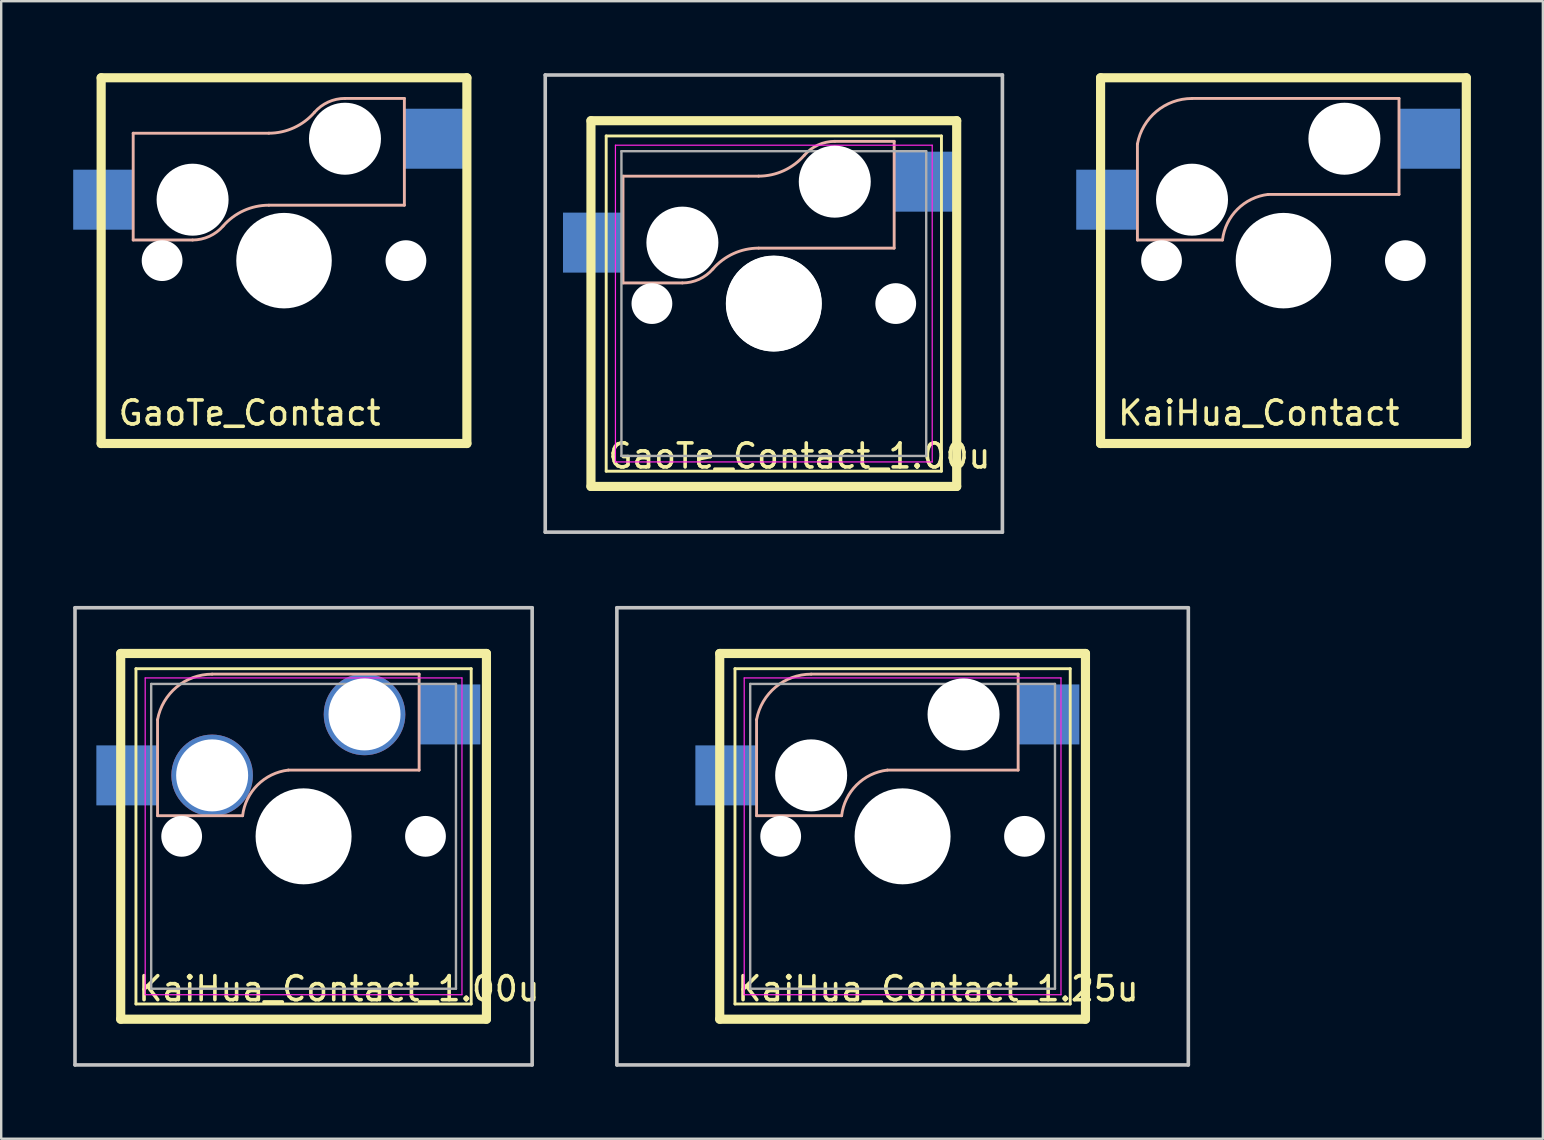
<source format=kicad_pcb>
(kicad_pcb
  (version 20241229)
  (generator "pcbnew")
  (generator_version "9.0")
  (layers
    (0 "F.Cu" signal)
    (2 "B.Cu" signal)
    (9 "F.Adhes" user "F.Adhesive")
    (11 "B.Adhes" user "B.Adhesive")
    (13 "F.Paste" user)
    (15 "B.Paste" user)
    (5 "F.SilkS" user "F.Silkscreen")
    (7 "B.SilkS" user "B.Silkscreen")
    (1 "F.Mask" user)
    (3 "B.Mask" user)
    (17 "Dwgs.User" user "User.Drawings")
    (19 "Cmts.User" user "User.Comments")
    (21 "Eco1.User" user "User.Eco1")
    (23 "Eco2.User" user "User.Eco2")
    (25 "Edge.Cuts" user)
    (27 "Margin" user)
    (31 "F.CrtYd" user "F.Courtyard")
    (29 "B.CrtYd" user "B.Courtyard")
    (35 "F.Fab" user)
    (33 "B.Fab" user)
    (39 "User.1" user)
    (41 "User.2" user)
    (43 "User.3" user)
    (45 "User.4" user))
  (footprint "KaiHua_Contact_1.00u"
    (layer "F.Cu")
    (at 9.6 31.8)
    (property "Reference" "KaiHua_Contact_1.00u" (at -6.985 6.35 0) (unlocked yes) (layer "F.SilkS") (effects (font (size 1 1) (thickness 0.15)) (justify left)))
    (attr smd)
    (fp_line (start -7.62 -7.62) (end -7.62 7.62) (stroke (width 0.381) (type solid)) (layer "F.SilkS"))
    (fp_line (start -7.62 7.62) (end 7.62 7.62) (stroke (width 0.381) (type solid)) (layer "F.SilkS"))
    (fp_line (start -6.985 -6.985) (end 6.985 -6.985) (stroke (width 0.12) (type solid)) (layer "F.SilkS"))
    (fp_line (start -6.985 6.985) (end -6.985 -6.985) (stroke (width 0.12) (type solid)) (layer "F.SilkS"))
    (fp_line (start 6.985 -6.985) (end 6.985 6.985) (stroke (width 0.12) (type solid)) (layer "F.SilkS"))
    (fp_line (start 6.985 6.985) (end -6.985 6.985) (stroke (width 0.12) (type solid)) (layer "F.SilkS"))
    (fp_line (start 7.62 -7.62) (end -7.62 -7.62) (stroke (width 0.381) (type solid)) (layer "F.SilkS"))
    (fp_line (start 7.62 7.62) (end 7.62 -7.62) (stroke (width 0.381) (type solid)) (layer "F.SilkS"))
    (fp_line (start -6.085 -0.86) (end -6.085 -4.86) (stroke (width 0.12) (type solid)) (layer "B.SilkS"))
    (fp_line (start -6.085 -0.86) (end -2.54 -0.86) (stroke (width 0.12) (type solid)) (layer "B.SilkS"))
    (fp_line (start 4.815 -6.76) (end -3.81 -6.76) (stroke (width 0.12) (type solid)) (layer "B.SilkS"))
    (fp_line (start 4.815 -6.76) (end 4.815 -2.76) (stroke (width 0.12) (type solid)) (layer "B.SilkS"))
    (fp_line (start 4.815 -2.76) (end -0.635 -2.76) (stroke (width 0.12) (type solid)) (layer "B.SilkS"))
    (fp_arc (start -6.084999 -4.86) (mid -5.29124 -6.220888) (end -3.81 -6.757541) (stroke (width 0.12) (type solid)) (layer "B.SilkS"))
    (fp_arc (start -2.54 -0.86) (mid -1.917761 -2.14113) (end -0.635 -2.76) (stroke (width 0.12) (type solid)) (layer "B.SilkS"))
    (fp_line (start -9.525 -9.525) (end 9.525 -9.525) (stroke (width 0.15) (type solid)) (layer "Dwgs.User"))
    (fp_line (start -9.525 9.525) (end -9.525 -9.525) (stroke (width 0.15) (type solid)) (layer "Dwgs.User"))
    (fp_line (start 9.525 -9.525) (end 9.525 9.525) (stroke (width 0.15) (type solid)) (layer "Dwgs.User"))
    (fp_line (start 9.525 9.525) (end -9.525 9.525) (stroke (width 0.15) (type solid)) (layer "Dwgs.User"))
    (fp_line (start -6.6 -6.6) (end 6.6 -6.6) (stroke (width 0.05) (type solid)) (layer "F.CrtYd"))
    (fp_line (start -6.6 6.6) (end -6.6 -6.6) (stroke (width 0.05) (type solid)) (layer "F.CrtYd"))
    (fp_line (start 6.6 -6.6) (end 6.6 6.6) (stroke (width 0.05) (type solid)) (layer "F.CrtYd"))
    (fp_line (start 6.6 6.6) (end -6.6 6.6) (stroke (width 0.05) (type solid)) (layer "F.CrtYd"))
    (fp_line (start -6.35 -6.35) (end 6.35 -6.35) (stroke (width 0.1) (type solid)) (layer "F.Fab"))
    (fp_line (start -6.35 6.35) (end -6.35 -6.35) (stroke (width 0.1) (type solid)) (layer "F.Fab"))
    (fp_line (start 6.35 -6.35) (end 6.35 6.35) (stroke (width 0.1) (type solid)) (layer "F.Fab"))
    (fp_line (start 6.35 6.35) (end -6.35 6.35) (stroke (width 0.1) (type solid)) (layer "F.Fab"))
    (pad "" np_thru_hole circle (at -5.08 0 180) (size 1.699 1.699) (drill 1.699) (layers "*.Cu" "*.Mask"))
    (pad "" np_thru_hole circle (at 0 0) (size 4 4) (drill 4) (layers "*.Cu" "*.Mask"))
    (pad "" np_thru_hole circle (at 5.08 0 180) (size 1.699 1.699) (drill 1.699) (layers "*.Cu" "*.Mask"))
    (pad "1" thru_hole circle (at 2.54 -5.08) (size 3.4 3.4) (drill 3) (layers "*.Cu" "*.Mask") (remove_unused_layers yes) (keep_end_layers yes) (zone_layer_connections))
    (pad "1" smd rect (at 6.09 -5.08) (size 2.55 2.5) (layers "B.Cu" "B.Mask" "B.Paste"))
    (pad "2" smd rect (at -7.36 -2.54 180) (size 2.55 2.5) (layers "B.Cu" "B.Mask" "B.Paste"))
    (pad "2" thru_hole circle (at -3.81 -2.54 180) (size 3.4 3.4) (drill 3) (layers "*.Cu" "*.Mask") (remove_unused_layers yes) (keep_end_layers yes) (zone_layer_connections)))
  (footprint "KaiHua_Contact_1.25u"
    (layer "F.Cu")
    (at 34.561 31.8)
    (property "Reference" "KaiHua_Contact_1.25u" (at -6.985 6.35 0) (unlocked yes) (layer "F.SilkS") (effects (font (size 1 1) (thickness 0.15)) (justify left)))
    (attr smd)
    (fp_line (start -7.62 -7.62) (end -7.62 7.62) (stroke (width 0.381) (type solid)) (layer "F.SilkS"))
    (fp_line (start -7.62 7.62) (end 7.62 7.62) (stroke (width 0.381) (type solid)) (layer "F.SilkS"))
    (fp_line (start -6.985 -6.985) (end 6.985 -6.985) (stroke (width 0.12) (type solid)) (layer "F.SilkS"))
    (fp_line (start -6.985 6.985) (end -6.985 -6.985) (stroke (width 0.12) (type solid)) (layer "F.SilkS"))
    (fp_line (start 6.985 -6.985) (end 6.985 6.985) (stroke (width 0.12) (type solid)) (layer "F.SilkS"))
    (fp_line (start 6.985 6.985) (end -6.985 6.985) (stroke (width 0.12) (type solid)) (layer "F.SilkS"))
    (fp_line (start 7.62 -7.62) (end -7.62 -7.62) (stroke (width 0.381) (type solid)) (layer "F.SilkS"))
    (fp_line (start 7.62 7.62) (end 7.62 -7.62) (stroke (width 0.381) (type solid)) (layer "F.SilkS"))
    (fp_line (start -6.085 -0.86) (end -6.085 -4.86) (stroke (width 0.12) (type solid)) (layer "B.SilkS"))
    (fp_line (start -6.085 -0.86) (end -2.54 -0.86) (stroke (width 0.12) (type solid)) (layer "B.SilkS"))
    (fp_line (start 4.815 -6.76) (end -3.81 -6.76) (stroke (width 0.12) (type solid)) (layer "B.SilkS"))
    (fp_line (start 4.815 -6.76) (end 4.815 -2.76) (stroke (width 0.12) (type solid)) (layer "B.SilkS"))
    (fp_line (start 4.815 -2.76) (end -0.635 -2.76) (stroke (width 0.12) (type solid)) (layer "B.SilkS"))
    (fp_arc (start -6.084999 -4.86) (mid -5.29124 -6.220888) (end -3.81 -6.757541) (stroke (width 0.12) (type solid)) (layer "B.SilkS"))
    (fp_arc (start -2.54 -0.86) (mid -1.917761 -2.14113) (end -0.635 -2.76) (stroke (width 0.12) (type solid)) (layer "B.SilkS"))
    (fp_line (start -11.906 -9.525) (end 11.906 -9.525) (stroke (width 0.15) (type solid)) (layer "Dwgs.User"))
    (fp_line (start -11.906 9.525) (end -11.906 -9.525) (stroke (width 0.15) (type solid)) (layer "Dwgs.User"))
    (fp_line (start 11.906 -9.525) (end 11.906 9.525) (stroke (width 0.15) (type solid)) (layer "Dwgs.User"))
    (fp_line (start 11.906 9.525) (end -11.906 9.525) (stroke (width 0.15) (type solid)) (layer "Dwgs.User"))
    (fp_line (start -6.6 -6.6) (end 6.6 -6.6) (stroke (width 0.05) (type solid)) (layer "F.CrtYd"))
    (fp_line (start -6.6 6.6) (end -6.6 -6.6) (stroke (width 0.05) (type solid)) (layer "F.CrtYd"))
    (fp_line (start 6.6 -6.6) (end 6.6 6.6) (stroke (width 0.05) (type solid)) (layer "F.CrtYd"))
    (fp_line (start 6.6 6.6) (end -6.6 6.6) (stroke (width 0.05) (type solid)) (layer "F.CrtYd"))
    (fp_line (start -6.35 -6.35) (end 6.35 -6.35) (stroke (width 0.1) (type solid)) (layer "F.Fab"))
    (fp_line (start -6.35 6.35) (end -6.35 -6.35) (stroke (width 0.1) (type solid)) (layer "F.Fab"))
    (fp_line (start 6.35 -6.35) (end 6.35 6.35) (stroke (width 0.1) (type solid)) (layer "F.Fab"))
    (fp_line (start 6.35 6.35) (end -6.35 6.35) (stroke (width 0.1) (type solid)) (layer "F.Fab"))
    (pad "" np_thru_hole circle (at -5.08 0 180) (size 1.699 1.699) (drill 1.699) (layers "*.Cu" "*.Mask"))
    (pad "" np_thru_hole circle (at -3.81 -2.54 180) (size 3 3) (drill 3) (layers "*.Cu" "*.Mask"))
    (pad "" np_thru_hole circle (at 0 0) (size 4 4) (drill 4) (layers "*.Cu" "*.Mask"))
    (pad "" np_thru_hole circle (at 2.54 -5.08) (size 3 3) (drill 3) (layers "*.Cu" "*.Mask"))
    (pad "" np_thru_hole circle (at 5.08 0 180) (size 1.699 1.699) (drill 1.699) (layers "*.Cu" "*.Mask"))
    (pad "1" smd rect (at 6.09 -5.08) (size 2.55 2.5) (layers "B.Cu" "B.Mask" "B.Paste"))
    (pad "2" smd rect (at -7.36 -2.54 180) (size 2.55 2.5) (layers "B.Cu" "B.Mask" "B.Paste")))
  (footprint "GaoTe_Contact"
    (layer "F.Cu")
    (at 8.785 7.811)
    (property "Reference" "GaoTe_Contact" (at -6.985 6.35 0) (layer "F.SilkS") (effects (font (size 1 1) (thickness 0.15)) (justify left)))
    (attr through_hole)
    (fp_line (start -7.62 -7.62) (end -7.62 7.62) (stroke (width 0.381) (type solid)) (layer "F.SilkS"))
    (fp_line (start -7.62 7.62) (end 7.62 7.62) (stroke (width 0.381) (type solid)) (layer "F.SilkS"))
    (fp_line (start 7.62 -7.62) (end -7.62 -7.62) (stroke (width 0.381) (type solid)) (layer "F.SilkS"))
    (fp_line (start 7.62 7.62) (end 7.62 -7.62) (stroke (width 0.381) (type solid)) (layer "F.SilkS"))
    (fp_line (start -6.285 -5.31) (end -0.635 -5.31) (stroke (width 0.12) (type solid)) (layer "B.SilkS"))
    (fp_line (start -6.285 -0.86) (end -6.285 -5.31) (stroke (width 0.12) (type solid)) (layer "B.SilkS"))
    (fp_line (start -3.81 -0.86) (end -6.285 -0.86) (stroke (width 0.12) (type solid)) (layer "B.SilkS"))
    (fp_line (start 2.54 -6.76) (end 5.015 -6.76) (stroke (width 0.12) (type solid)) (layer "B.SilkS"))
    (fp_line (start 5.015 -6.76) (end 5.015 -2.31) (stroke (width 0.12) (type solid)) (layer "B.SilkS"))
    (fp_line (start 5.015 -2.31) (end -0.635 -2.31) (stroke (width 0.12) (type solid)) (layer "B.SilkS"))
    (fp_arc (start -2.542088 -1.437821) (mid -3.113315 -1.011265) (end -3.81 -0.86) (stroke (width 0.12) (type solid)) (layer "B.SilkS"))
    (fp_arc (start -2.537682 -1.442898) (mid -1.680474 -2.083006) (end -0.635 -2.31) (stroke (width 0.12) (type solid)) (layer "B.SilkS"))
    (fp_arc (start 1.267682 -6.177102) (mid 0.410474 -5.536994) (end -0.635 -5.31) (stroke (width 0.12) (type solid)) (layer "B.SilkS"))
    (fp_arc (start 1.272088 -6.182179) (mid 1.843315 -6.608735) (end 2.54 -6.76) (stroke (width 0.12) (type solid)) (layer "B.SilkS"))
    (pad "" np_thru_hole circle (at -5.08 0 180) (size 1.699 1.699) (drill 1.699) (layers "*.Cu" "*.Mask"))
    (pad "" np_thru_hole circle (at -3.81 -2.54 180) (size 3 3) (drill 3) (layers "*.Cu" "*.Mask"))
    (pad "" np_thru_hole circle (at 0 0 180) (size 3.98 3.98) (drill 3.98) (layers "*.Cu" "*.Mask"))
    (pad "" np_thru_hole circle (at 2.54 -5.08) (size 3 3) (drill 3) (layers "*.Cu" "*.Mask"))
    (pad "" np_thru_hole circle (at 5.08 0 180) (size 1.699 1.699) (drill 1.699) (layers "*.Cu" "*.Mask"))
    (pad "1" smd rect (at 6.265 -5.08) (size 2.5 2.5) (layers "B.Cu" "B.Mask" "B.Paste"))
    (pad "2" smd rect (at -7.535 -2.54 180) (size 2.5 2.5) (layers "B.Cu" "B.Mask" "B.Paste")))
  (footprint "KaiHua_Contact"
    (layer "F.Cu")
    (at 50.431 7.811)
    (property "Reference" "KaiHua_Contact" (at -6.985 6.35 0) (unlocked yes) (layer "F.SilkS") (effects (font (size 1 1) (thickness 0.15)) (justify left)))
    (attr smd)
    (fp_line (start -7.62 -7.62) (end -7.62 7.62) (stroke (width 0.381) (type solid)) (layer "F.SilkS"))
    (fp_line (start -7.62 7.62) (end 7.62 7.62) (stroke (width 0.381) (type solid)) (layer "F.SilkS"))
    (fp_line (start 7.62 -7.62) (end -7.62 -7.62) (stroke (width 0.381) (type solid)) (layer "F.SilkS"))
    (fp_line (start 7.62 7.62) (end 7.62 -7.62) (stroke (width 0.381) (type solid)) (layer "F.SilkS"))
    (fp_line (start -6.085 -0.86) (end -6.085 -4.86) (stroke (width 0.12) (type solid)) (layer "B.SilkS"))
    (fp_line (start -6.085 -0.86) (end -2.54 -0.86) (stroke (width 0.12) (type solid)) (layer "B.SilkS"))
    (fp_line (start 4.815 -6.76) (end -3.81 -6.76) (stroke (width 0.12) (type solid)) (layer "B.SilkS"))
    (fp_line (start 4.815 -6.76) (end 4.815 -2.76) (stroke (width 0.12) (type solid)) (layer "B.SilkS"))
    (fp_line (start 4.815 -2.76) (end -0.635 -2.76) (stroke (width 0.12) (type solid)) (layer "B.SilkS"))
    (fp_arc (start -6.084999 -4.86) (mid -5.29124 -6.220887) (end -3.81 -6.757541) (stroke (width 0.12) (type solid)) (layer "B.SilkS"))
    (fp_arc (start -2.54 -0.86) (mid -1.917761 -2.14113) (end -0.635 -2.76) (stroke (width 0.12) (type solid)) (layer "B.SilkS"))
    (pad "" np_thru_hole circle (at -5.08 0 180) (size 1.699 1.699) (drill 1.699) (layers "*.Cu" "*.Mask"))
    (pad "" np_thru_hole circle (at -3.81 -2.54 180) (size 3 3) (drill 3) (layers "*.Cu" "*.Mask"))
    (pad "" np_thru_hole circle (at 0 0 180) (size 3.98 3.98) (drill 3.98) (layers "*.Cu" "*.Mask"))
    (pad "" np_thru_hole circle (at 2.54 -5.08) (size 3 3) (drill 3) (layers "*.Cu" "*.Mask"))
    (pad "" np_thru_hole circle (at 5.08 0 180) (size 1.699 1.699) (drill 1.699) (layers "*.Cu" "*.Mask"))
    (pad "1" smd rect (at 6.09 -5.08) (size 2.55 2.5) (layers "B.Cu" "B.Mask" "B.Paste"))
    (pad "2" smd rect (at -7.36 -2.54 180) (size 2.55 2.5) (layers "B.Cu" "B.Mask" "B.Paste")))
  (footprint "GaoTe_Contact_1.00u"
    (layer "F.Cu")
    (at 29.195 9.6)
    (property "Reference" "GaoTe_Contact_1.00u" (at -6.985 6.35 0) (layer "F.SilkS") (effects (font (size 1 1) (thickness 0.15)) (justify left)))
    (attr through_hole)
    (fp_line (start -7.62 -7.62) (end -7.62 7.62) (stroke (width 0.381) (type solid)) (layer "F.SilkS"))
    (fp_line (start -7.62 7.62) (end 7.62 7.62) (stroke (width 0.381) (type solid)) (layer "F.SilkS"))
    (fp_line (start -6.985 -6.985) (end 6.985 -6.985) (stroke (width 0.12) (type solid)) (layer "F.SilkS"))
    (fp_line (start -6.985 6.985) (end -6.985 -6.985) (stroke (width 0.12) (type solid)) (layer "F.SilkS"))
    (fp_line (start 6.985 -6.985) (end 6.985 6.985) (stroke (width 0.12) (type solid)) (layer "F.SilkS"))
    (fp_line (start 6.985 6.985) (end -6.985 6.985) (stroke (width 0.12) (type solid)) (layer "F.SilkS"))
    (fp_line (start 7.62 -7.62) (end -7.62 -7.62) (stroke (width 0.381) (type solid)) (layer "F.SilkS"))
    (fp_line (start 7.62 7.62) (end 7.62 -7.62) (stroke (width 0.381) (type solid)) (layer "F.SilkS"))
    (fp_line (start -6.285 -5.31) (end -0.635 -5.31) (stroke (width 0.12) (type solid)) (layer "B.SilkS"))
    (fp_line (start -6.285 -0.86) (end -6.285 -5.31) (stroke (width 0.12) (type solid)) (layer "B.SilkS"))
    (fp_line (start -3.81 -0.86) (end -6.285 -0.86) (stroke (width 0.12) (type solid)) (layer "B.SilkS"))
    (fp_line (start 2.54 -6.76) (end 5.015 -6.76) (stroke (width 0.12) (type solid)) (layer "B.SilkS"))
    (fp_line (start 5.015 -6.76) (end 5.015 -2.31) (stroke (width 0.12) (type solid)) (layer "B.SilkS"))
    (fp_line (start 5.015 -2.31) (end -0.635 -2.31) (stroke (width 0.12) (type solid)) (layer "B.SilkS"))
    (fp_arc (start -2.542088 -1.437821) (mid -3.113315 -1.011265) (end -3.81 -0.86) (stroke (width 0.12) (type solid)) (layer "B.SilkS"))
    (fp_arc (start -2.537682 -1.442898) (mid -1.680474 -2.083006) (end -0.635 -2.31) (stroke (width 0.12) (type solid)) (layer "B.SilkS"))
    (fp_arc (start 1.267682 -6.177102) (mid 0.410474 -5.536994) (end -0.635 -5.31) (stroke (width 0.12) (type solid)) (layer "B.SilkS"))
    (fp_arc (start 1.272088 -6.182179) (mid 1.843315 -6.608735) (end 2.54 -6.76) (stroke (width 0.12) (type solid)) (layer "B.SilkS"))
    (fp_line (start -9.525 -9.525) (end 9.525 -9.525) (stroke (width 0.15) (type solid)) (layer "Dwgs.User"))
    (fp_line (start -9.525 9.525) (end -9.525 -9.525) (stroke (width 0.15) (type solid)) (layer "Dwgs.User"))
    (fp_line (start 9.525 -9.525) (end 9.525 9.525) (stroke (width 0.15) (type solid)) (layer "Dwgs.User"))
    (fp_line (start 9.525 9.525) (end -9.525 9.525) (stroke (width 0.15) (type solid)) (layer "Dwgs.User"))
    (fp_line (start -6.6 -6.6) (end 6.6 -6.6) (stroke (width 0.05) (type solid)) (layer "F.CrtYd"))
    (fp_line (start -6.6 6.6) (end -6.6 -6.6) (stroke (width 0.05) (type solid)) (layer "F.CrtYd"))
    (fp_line (start 6.6 -6.6) (end 6.6 6.6) (stroke (width 0.05) (type solid)) (layer "F.CrtYd"))
    (fp_line (start 6.6 6.6) (end -6.6 6.6) (stroke (width 0.05) (type solid)) (layer "F.CrtYd"))
    (fp_line (start -6.35 -6.35) (end 6.35 -6.35) (stroke (width 0.1) (type solid)) (layer "F.Fab"))
    (fp_line (start -6.35 6.35) (end -6.35 -6.35) (stroke (width 0.1) (type solid)) (layer "F.Fab"))
    (fp_line (start 6.35 -6.35) (end 6.35 6.35) (stroke (width 0.1) (type solid)) (layer "F.Fab"))
    (fp_line (start 6.35 6.35) (end -6.35 6.35) (stroke (width 0.1) (type solid)) (layer "F.Fab"))
    (pad "" np_thru_hole circle (at -5.08 0 180) (size 1.699 1.699) (drill 1.699) (layers "*.Cu" "*.Mask"))
    (pad "" np_thru_hole circle (at -3.81 -2.54 180) (size 3 3) (drill 3) (layers "*.Cu" "*.Mask"))
    (pad "" np_thru_hole circle (at 0 0 180) (size 3.98 3.98) (drill 3.98) (layers "*.Cu" "*.Mask"))
    (pad "" np_thru_hole circle (at 0 0) (size 4 4) (drill 4) (layers "*.Cu" "*.Mask"))
    (pad "" np_thru_hole circle (at 2.54 -5.08) (size 3 3) (drill 3) (layers "*.Cu" "*.Mask"))
    (pad "" np_thru_hole circle (at 5.08 0 180) (size 1.699 1.699) (drill 1.699) (layers "*.Cu" "*.Mask"))
    (pad "1" smd rect (at 6.265 -5.08) (size 2.5 2.5) (layers "B.Cu" "B.Mask" "B.Paste"))
    (pad "2" smd rect (at -7.535 -2.54 180) (size 2.5 2.5) (layers "B.Cu" "B.Mask" "B.Paste")))
  (gr_rect
    (start -3 -3)
    (end 61.241 44.4)
    (stroke (width 0.1) (type default))
    (fill no)
    (layer "Edge.Cuts")))
</source>
